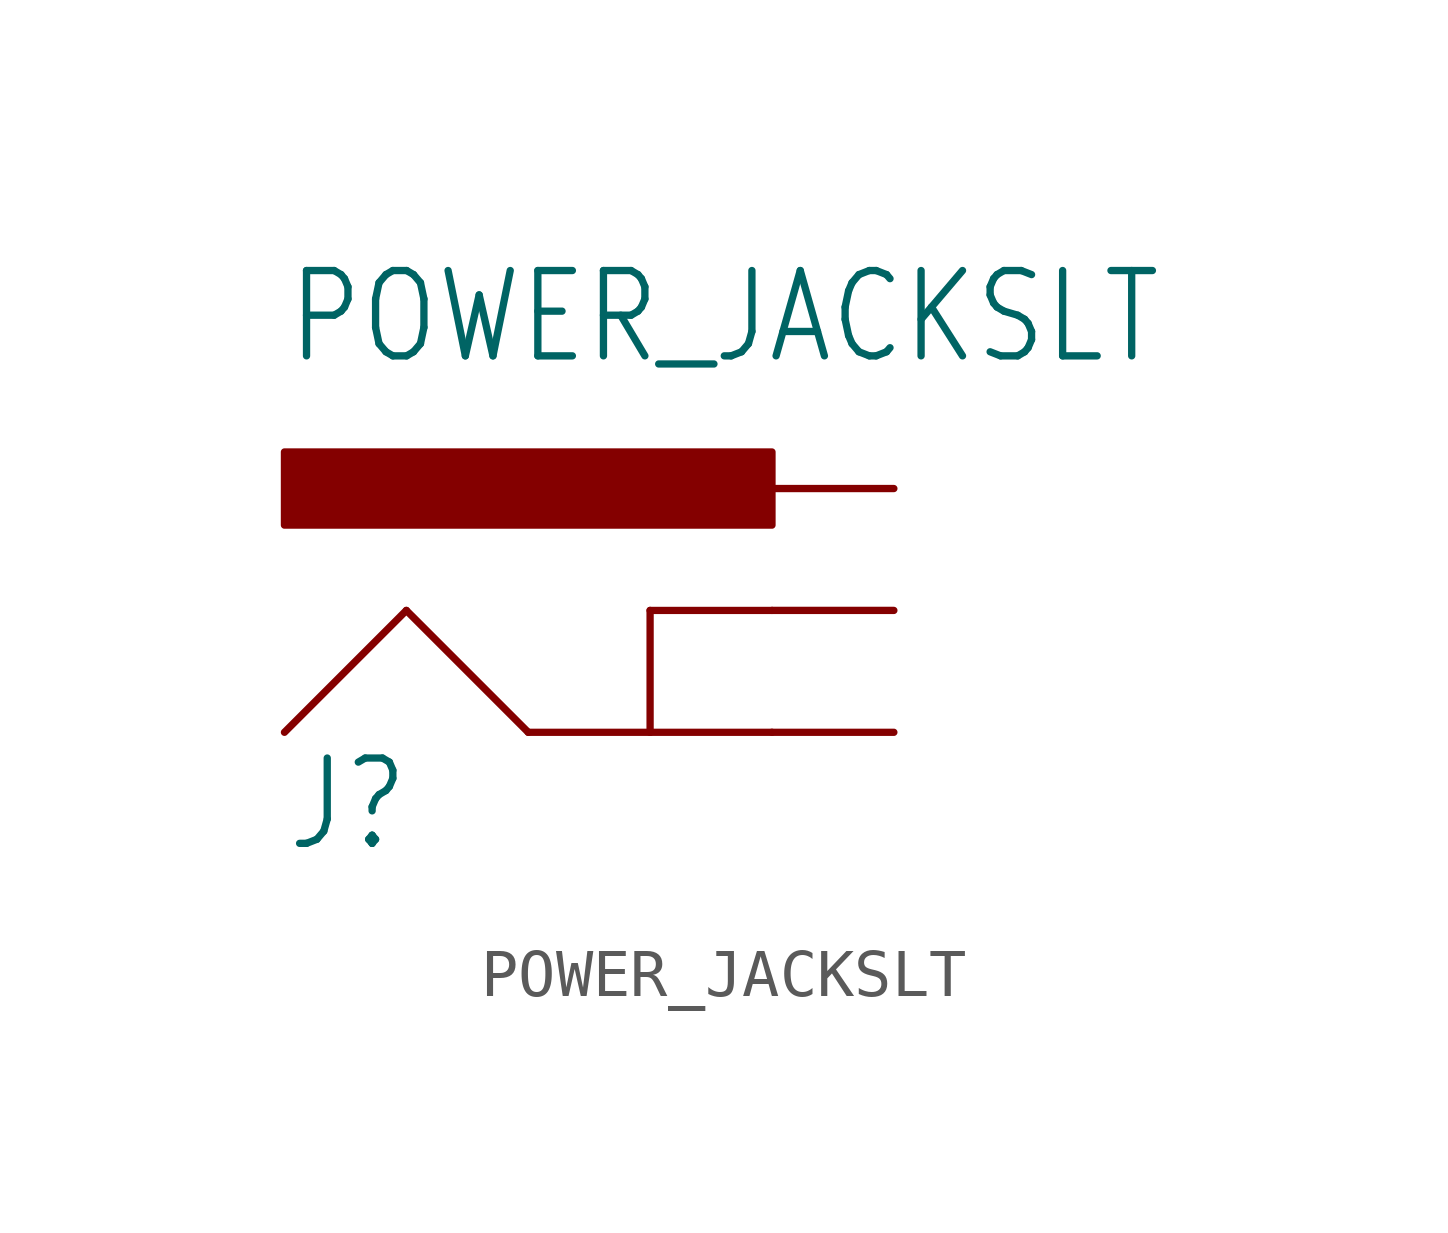
<source format=kicad_sym>
(kicad_symbol_lib
  (version 20211014)
  (generator kicad_symbol_editor)
  (symbol "POWER_JACKSLT"
    (property "Reference" "J"
      (at -10.16 0 0)
      (effects (font (size 1.778 1.511)) (justify left bottom)))
    (property "Value" "POWER_JACKSLT"
      (at -10.16 10.16 0)
      (effects (font (size 1.778 1.511)) (justify left bottom)))
    (property "ki_locked" ""
      (at 0 0 0)
      (effects (font (size 1.27 1.27))))
    (symbol "POWER_JACKSLT_1_0"
      (rectangle (start -10.16 6.858) (end 0 8.382) (stroke (width 0) (type default) (color 0 0 0 0)) (fill (type outline)))
      (polyline (pts (xy -10.16 2.54) (xy -7.62 5.08)) (stroke (width 0.152) (type default) (color 0 0 0 0)) (fill (type none)))
      (polyline (pts (xy -7.62 5.08) (xy -5.08 2.54)) (stroke (width 0.152) (type default) (color 0 0 0 0)) (fill (type none)))
      (polyline (pts (xy -5.08 2.54) (xy -2.54 2.54)) (stroke (width 0.152) (type default) (color 0 0 0 0)) (fill (type none)))
      (polyline (pts (xy -2.54 2.54) (xy -2.54 5.08)) (stroke (width 0.152) (type default) (color 0 0 0 0)) (fill (type none)))
      (polyline (pts (xy -2.54 2.54) (xy 0 2.54)) (stroke (width 0.152) (type default) (color 0 0 0 0)) (fill (type none)))
      (polyline (pts (xy -2.54 5.08) (xy 0 5.08)) (stroke (width 0.152) (type default) (color 0 0 0 0)) (fill (type none)))
      (pin bidirectional line (at 2.54 5.08 180) (length 2.54) (name "GNDBREAK" (effects (font (size 0 0)))) (number "GND@1" (effects (font (size 0 0)))))
      (pin bidirectional line (at 2.54 2.54 180) (length 2.54) (name "GND" (effects (font (size 0 0)))) (number "GND@2" (effects (font (size 0 0)))))
      (pin bidirectional line (at 2.54 7.62 180) (length 2.54) (name "PWR" (effects (font (size 0 0)))) (number "PWR" (effects (font (size 0 0))))))))
</source>
